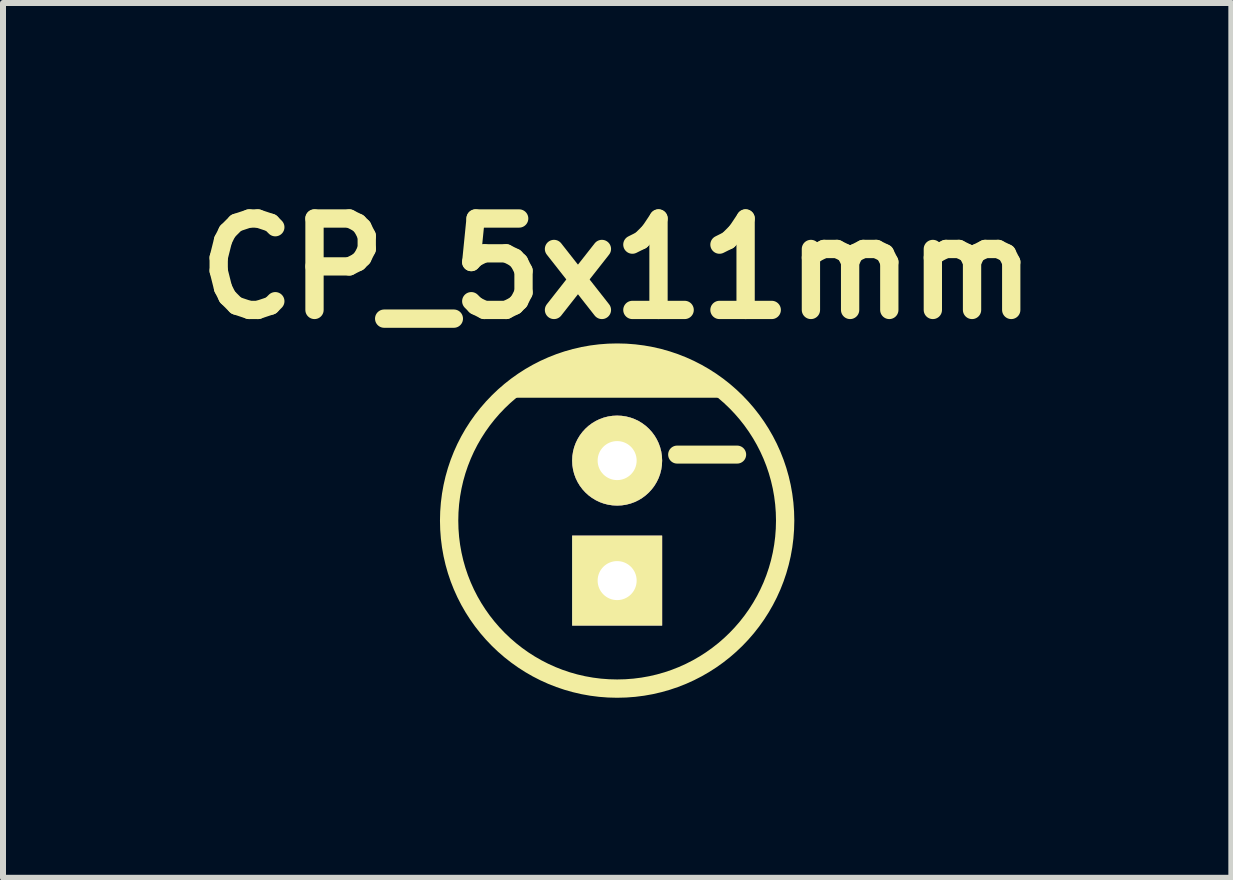
<source format=kicad_pcb>
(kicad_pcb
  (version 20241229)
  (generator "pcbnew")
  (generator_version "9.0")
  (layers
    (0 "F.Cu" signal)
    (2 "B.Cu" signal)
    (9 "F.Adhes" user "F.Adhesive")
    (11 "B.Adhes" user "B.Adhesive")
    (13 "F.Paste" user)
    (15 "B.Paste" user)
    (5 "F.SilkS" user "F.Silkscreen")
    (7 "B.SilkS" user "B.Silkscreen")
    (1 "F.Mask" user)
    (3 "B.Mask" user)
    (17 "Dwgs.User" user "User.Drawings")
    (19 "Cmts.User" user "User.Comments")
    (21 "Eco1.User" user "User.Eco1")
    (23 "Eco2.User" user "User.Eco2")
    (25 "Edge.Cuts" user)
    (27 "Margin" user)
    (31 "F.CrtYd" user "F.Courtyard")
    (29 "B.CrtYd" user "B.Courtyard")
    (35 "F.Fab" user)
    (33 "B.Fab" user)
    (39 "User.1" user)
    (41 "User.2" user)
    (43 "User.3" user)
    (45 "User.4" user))
  (footprint "CP_5x11mm"
    (layer "F.Cu")
    (at 7.235 5.626)
    (property "Reference" "CP_5x11mm" (at 0 -4.2 0) (layer "F.SilkS") (effects (font (size 1.524 1.524) (thickness 0.305))))
    (attr through_hole)
    (fp_line (start -1.7 -2.2) (end 1.7 -2.2) (stroke (width 0.305) (type solid)) (layer "F.SilkS"))
    (fp_line (start -1.3 -2.4) (end 1.3 -2.4) (stroke (width 0.305) (type solid)) (layer "F.SilkS"))
    (fp_line (start -0.8 -2.6) (end 0.8 -2.6) (stroke (width 0.305) (type solid)) (layer "F.SilkS"))
    (fp_line (start 1 -1.1) (end 2 -1.1) (stroke (width 0.3) (type solid)) (layer "F.SilkS"))
    (fp_circle (center 0 0) (end 2.8 0) (stroke (width 0.305) (type solid)) (fill no) (layer "F.SilkS"))
    (pad "1" thru_hole rect (at 0 1) (size 1.5 1.5) (drill 0.65) (layers "*.Cu" "*.Mask" "F.SilkS"))
    (pad "2" thru_hole circle (at 0 -1) (size 1.5 1.5) (drill 0.65) (layers "*.Cu" "*.Mask" "F.SilkS")))
  (gr_rect
    (start -3 -3)
    (end 17.471 11.579)
    (stroke (width 0.1) (type default))
    (fill no)
    (layer "Edge.Cuts")))
</source>
